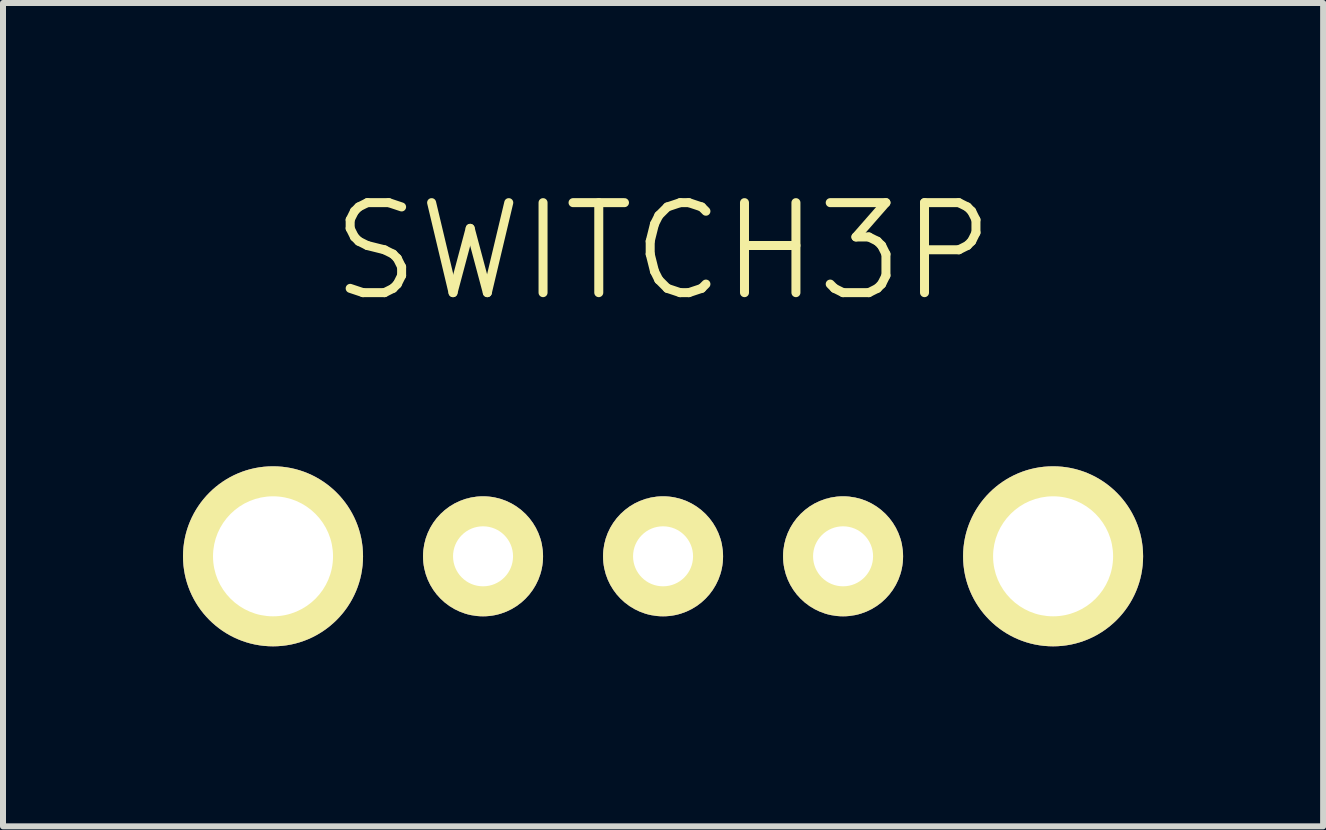
<source format=kicad_pcb>
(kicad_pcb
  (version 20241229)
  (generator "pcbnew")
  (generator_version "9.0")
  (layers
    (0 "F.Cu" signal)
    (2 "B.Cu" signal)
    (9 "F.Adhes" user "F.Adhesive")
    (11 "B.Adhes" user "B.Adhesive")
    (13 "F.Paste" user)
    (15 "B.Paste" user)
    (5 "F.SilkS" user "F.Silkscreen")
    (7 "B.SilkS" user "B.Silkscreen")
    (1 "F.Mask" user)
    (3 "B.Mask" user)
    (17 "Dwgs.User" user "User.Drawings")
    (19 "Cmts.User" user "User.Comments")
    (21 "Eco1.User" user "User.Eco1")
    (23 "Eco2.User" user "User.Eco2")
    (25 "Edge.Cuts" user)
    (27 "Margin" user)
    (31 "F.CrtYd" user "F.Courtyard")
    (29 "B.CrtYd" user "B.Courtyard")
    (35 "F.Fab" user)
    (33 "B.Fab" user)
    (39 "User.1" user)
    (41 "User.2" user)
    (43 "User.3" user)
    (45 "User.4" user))
  (footprint "SWITCH3P"
    (layer "F.Cu")
    (at 8 6.221)
    (property "Reference" "SWITCH3P" (at 0 -5.08 0) (layer "F.SilkS") (effects (font (size 1.5 1.5) (thickness 0.15))))
    (attr through_hole)
    (pad "" thru_hole circle (at -6.5 0) (size 3 3) (drill 2) (layers "*.Cu" "*.Mask" "F.SilkS"))
    (pad "" thru_hole circle (at 6.5 0) (size 3 3) (drill 2) (layers "*.Cu" "*.Mask" "F.SilkS"))
    (pad "1" thru_hole circle (at -3 0) (size 2 2) (drill 1) (layers "*.Cu" "*.Mask" "F.SilkS"))
    (pad "2" thru_hole circle (at 0 0) (size 2 2) (drill 1) (layers "*.Cu" "*.Mask" "F.SilkS"))
    (pad "3" thru_hole circle (at 3 0) (size 2 2) (drill 1) (layers "*.Cu" "*.Mask" "F.SilkS")))
  (gr_rect
    (start -3 -3)
    (end 19 10.721)
    (stroke (width 0.1) (type default))
    (fill no)
    (layer "Edge.Cuts")))
</source>
